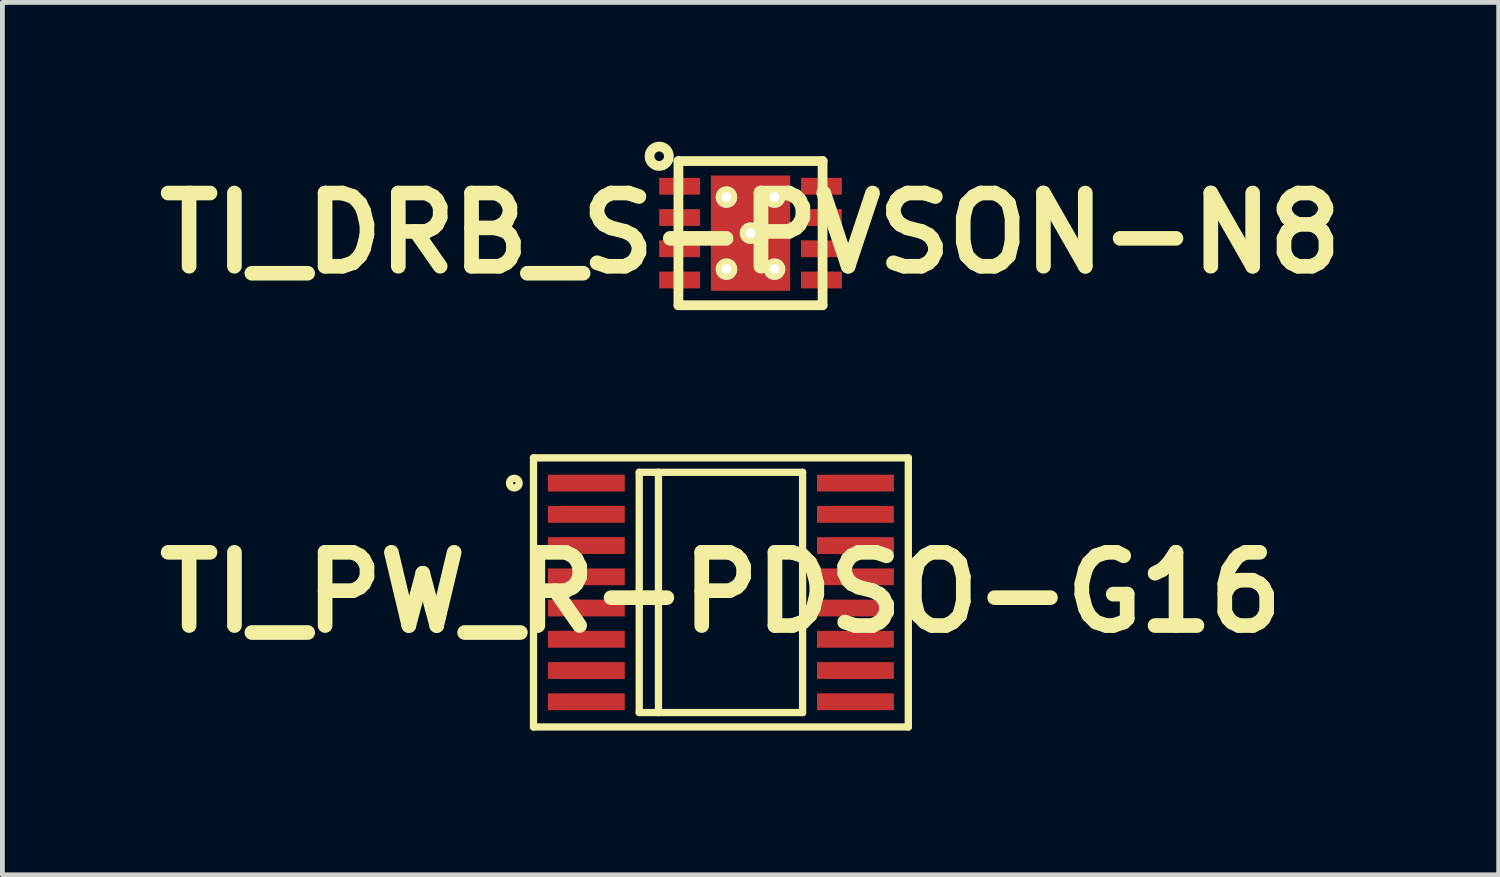
<source format=kicad_pcb>
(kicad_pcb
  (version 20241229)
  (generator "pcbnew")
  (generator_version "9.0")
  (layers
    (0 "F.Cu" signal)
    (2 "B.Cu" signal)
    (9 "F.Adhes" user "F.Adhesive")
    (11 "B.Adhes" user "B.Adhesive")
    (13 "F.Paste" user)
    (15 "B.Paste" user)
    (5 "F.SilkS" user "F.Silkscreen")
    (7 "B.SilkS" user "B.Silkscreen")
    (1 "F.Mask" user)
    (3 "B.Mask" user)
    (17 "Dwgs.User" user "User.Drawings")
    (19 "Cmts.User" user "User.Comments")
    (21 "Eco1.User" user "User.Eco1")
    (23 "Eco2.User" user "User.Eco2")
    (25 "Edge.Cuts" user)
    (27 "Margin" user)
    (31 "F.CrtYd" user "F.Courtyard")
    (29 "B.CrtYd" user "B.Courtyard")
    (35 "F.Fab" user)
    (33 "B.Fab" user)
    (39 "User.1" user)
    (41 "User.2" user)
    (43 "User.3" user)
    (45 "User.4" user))
  (footprint "TI_DRB_S-PVSON-N8"
    (layer "F.Cu")
    (at 12.569 1.802)
    (property "Reference" "TI_DRB_S-PVSON-N8" (at 0 0 0) (layer "F.SilkS") (effects (font (size 1.524 1.524) (thickness 0.305))))
    (attr through_hole)
    (fp_line (start -1.5 -1.5) (end 1.5 -1.5) (stroke (width 0.203) (type solid)) (layer "F.SilkS"))
    (fp_line (start -1.5 1.5) (end -1.5 -1.5) (stroke (width 0.203) (type solid)) (layer "F.SilkS"))
    (fp_line (start 1.5 -1.5) (end 1.5 1.5) (stroke (width 0.203) (type solid)) (layer "F.SilkS"))
    (fp_line (start 1.5 1.5) (end -1.5 1.5) (stroke (width 0.203) (type solid)) (layer "F.SilkS"))
    (fp_circle (center -1.9 -1.6) (end -1.8 -1.6) (stroke (width 0.203) (type solid)) (fill no) (layer "F.SilkS"))
    (pad "1" smd rect (at -1.476 -0.975) (size 0.85 0.35) (layers "F.Cu" "F.Mask" "F.Paste"))
    (pad "2" smd rect (at -1.476 -0.325) (size 0.85 0.35) (layers "F.Cu" "F.Mask" "F.Paste"))
    (pad "3" smd rect (at -1.476 0.325) (size 0.85 0.35) (layers "F.Cu" "F.Mask" "F.Paste"))
    (pad "4" smd rect (at -1.476 0.975) (size 0.85 0.35) (layers "F.Cu" "F.Mask" "F.Paste"))
    (pad "5" smd rect (at 1.476 0.975) (size 0.85 0.35) (layers "F.Cu" "F.Mask" "F.Paste"))
    (pad "6" smd rect (at 1.476 0.325) (size 0.85 0.35) (layers "F.Cu" "F.Mask" "F.Paste"))
    (pad "7" smd rect (at 1.476 -0.325) (size 0.85 0.35) (layers "F.Cu" "F.Mask" "F.Paste"))
    (pad "8" smd rect (at 1.476 -0.975) (size 0.85 0.35) (layers "F.Cu" "F.Mask" "F.Paste"))
    (pad "9" thru_hole circle (at -0.5 -0.75) (size 0.45 0.45) (drill 0.203) (layers "*.Cu" "*.Mask" "F.SilkS"))
    (pad "9" thru_hole circle (at -0.5 0.75) (size 0.45 0.45) (drill 0.203) (layers "*.Cu" "*.Mask" "F.SilkS"))
    (pad "9" thru_hole circle (at 0 0) (size 0.45 0.45) (drill 0.203) (layers "*.Cu" "*.Mask" "F.SilkS"))
    (pad "9" smd rect (at 0 0) (size 1.65 2.4) (layers "F.Cu" "F.Mask" "F.Paste"))
    (pad "9" thru_hole circle (at 0.5 -0.75) (size 0.45 0.45) (drill 0.203) (layers "*.Cu" "*.Mask" "F.SilkS"))
    (pad "9" thru_hole circle (at 0.5 0.75) (size 0.45 0.45) (drill 0.203) (layers "*.Cu" "*.Mask" "F.SilkS")))
  (footprint "TI_PW_R-PDSO-G16"
    (layer "F.Cu")
    (at 11.953 9.279)
    (property "Reference" "TI_PW_R-PDSO-G16" (at 0 0 0) (layer "F.SilkS") (effects (font (size 1.524 1.524) (thickness 0.305))))
    (attr through_hole)
    (fp_line (start -3.9 -2.8) (end 3.9 -2.8) (stroke (width 0.152) (type solid)) (layer "F.SilkS"))
    (fp_line (start -3.9 2.8) (end -3.9 -2.8) (stroke (width 0.152) (type solid)) (layer "F.SilkS"))
    (fp_line (start -1.7 -2.5) (end 1.7 -2.5) (stroke (width 0.152) (type solid)) (layer "F.SilkS"))
    (fp_line (start -1.7 2.5) (end -1.7 -2.5) (stroke (width 0.152) (type solid)) (layer "F.SilkS"))
    (fp_line (start -1.3 -2.5) (end -1.3 2.5) (stroke (width 0.152) (type solid)) (layer "F.SilkS"))
    (fp_line (start 1.7 -2.5) (end 1.7 2.5) (stroke (width 0.152) (type solid)) (layer "F.SilkS"))
    (fp_line (start 1.7 2.5) (end -1.7 2.5) (stroke (width 0.152) (type solid)) (layer "F.SilkS"))
    (fp_line (start 3.9 -2.8) (end 3.9 2.8) (stroke (width 0.152) (type solid)) (layer "F.SilkS"))
    (fp_line (start 3.9 2.8) (end -3.9 2.8) (stroke (width 0.152) (type solid)) (layer "F.SilkS"))
    (fp_circle (center -4.3 -2.275) (end -4.2 -2.275) (stroke (width 0.152) (type solid)) (fill no) (layer "F.SilkS"))
    (pad "1" smd rect (at -2.8 -2.275) (size 1.6 0.35) (layers "F.Cu" "F.Mask" "F.Paste"))
    (pad "2" smd rect (at -2.8 -1.625) (size 1.6 0.35) (layers "F.Cu" "F.Mask" "F.Paste"))
    (pad "3" smd rect (at -2.8 -0.975) (size 1.6 0.35) (layers "F.Cu" "F.Mask" "F.Paste"))
    (pad "4" smd rect (at -2.8 -0.325) (size 1.6 0.35) (layers "F.Cu" "F.Mask" "F.Paste"))
    (pad "5" smd rect (at -2.8 0.325) (size 1.6 0.35) (layers "F.Cu" "F.Mask" "F.Paste"))
    (pad "6" smd rect (at -2.8 0.975) (size 1.6 0.35) (layers "F.Cu" "F.Mask" "F.Paste"))
    (pad "7" smd rect (at -2.8 1.625) (size 1.6 0.35) (layers "F.Cu" "F.Mask" "F.Paste"))
    (pad "8" smd rect (at -2.8 2.275) (size 1.6 0.35) (layers "F.Cu" "F.Mask" "F.Paste"))
    (pad "9" smd rect (at 2.8 2.275) (size 1.6 0.35) (layers "F.Cu" "F.Mask" "F.Paste"))
    (pad "10" smd rect (at 2.8 1.625) (size 1.6 0.35) (layers "F.Cu" "F.Mask" "F.Paste"))
    (pad "11" smd rect (at 2.8 0.975) (size 1.6 0.35) (layers "F.Cu" "F.Mask" "F.Paste"))
    (pad "12" smd rect (at 2.8 0.325) (size 1.6 0.35) (layers "F.Cu" "F.Mask" "F.Paste"))
    (pad "13" smd rect (at 2.8 -0.325) (size 1.6 0.35) (layers "F.Cu" "F.Mask" "F.Paste"))
    (pad "14" smd rect (at 2.8 -0.975) (size 1.6 0.35) (layers "F.Cu" "F.Mask" "F.Paste"))
    (pad "15" smd rect (at 2.8 -1.625) (size 1.6 0.35) (layers "F.Cu" "F.Mask" "F.Paste"))
    (pad "16" smd rect (at 2.8 -2.275) (size 1.6 0.35) (layers "F.Cu" "F.Mask" "F.Paste")))
  (gr_rect
    (start -3 -3)
    (end 28.139 15.156)
    (stroke (width 0.1) (type default))
    (fill no)
    (layer "Edge.Cuts")))
</source>
